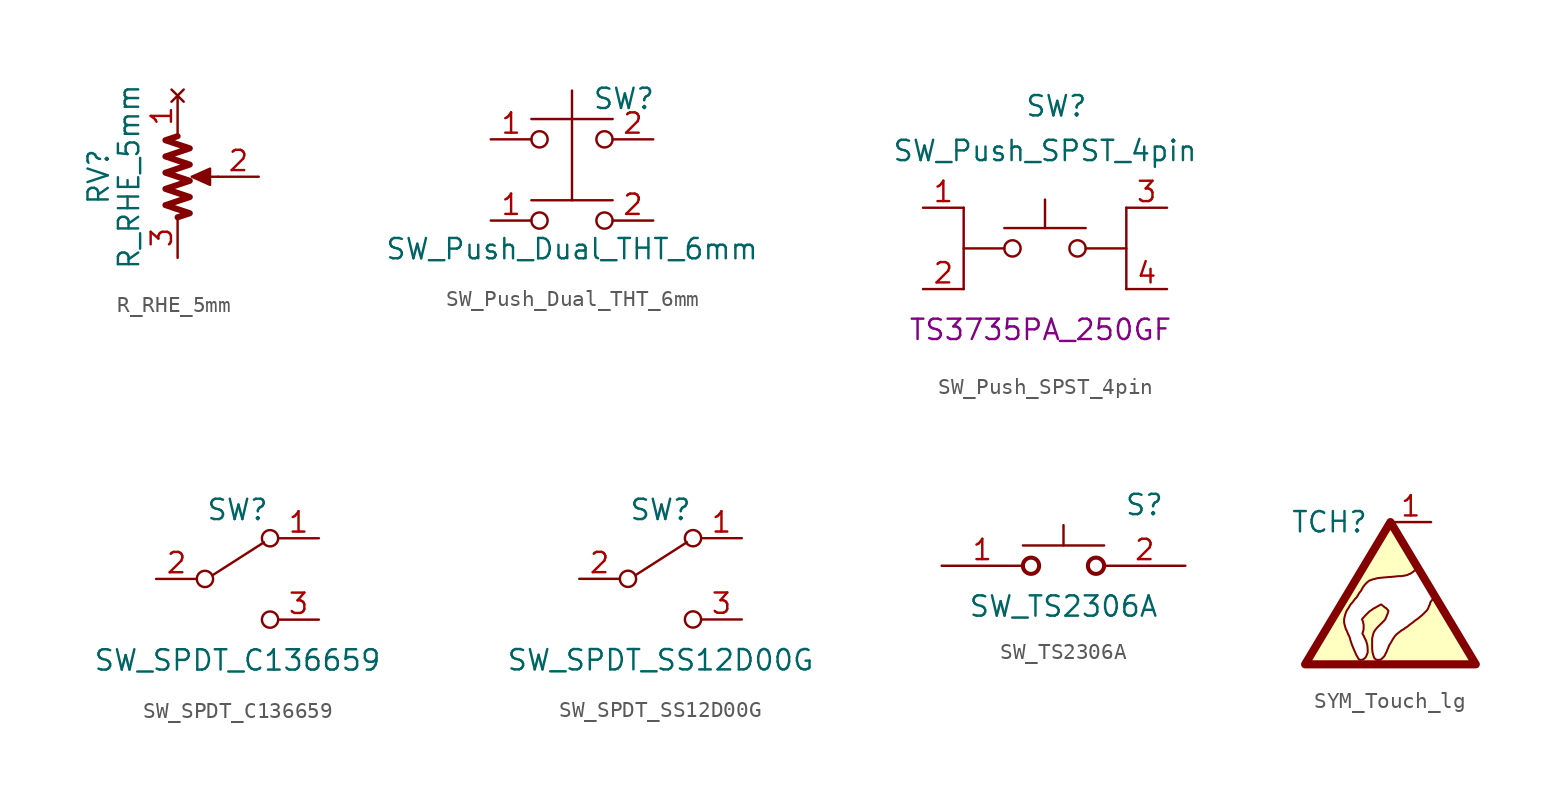
<source format=kicad_sym>
(kicad_symbol_lib
  (version 20211014)
  (generator kicad_symbol_editor)
  (symbol "R_RHE_5mm"
    (pin_names
      (offset 1.016) hide)
    (property "Reference" "RV"
      (at -4.953 0 90)
      (effects (font (size 1.27 1.27))))
    (property "Value" "R_RHE_5mm"
      (at -3.048 0 90)
      (effects (font (size 1.27 1.27))))
    (symbol "R_RHE_5mm_0_1"
      (polyline (pts (xy 2.54 0) (xy 1.27 0)) (stroke (width 0) (type default) (color 0 0 0 0)) (fill (type none)))
      (polyline (pts (xy 0.889 0) (xy 2.032 0.508) (xy 2.032 -0.508) (xy 0.889 0)) (stroke (width 0) (type default) (color 0 0 0 0)) (fill (type outline)))
      (polyline (pts (xy 0 2.54) (xy -0.762 2.286) (xy 0.762 1.778) (xy -0.762 1.27) (xy 0.762 0.762) (xy -0.762 0.254) (xy 0.762 -0.254) (xy -0.762 -0.762) (xy 0.762 -1.27) (xy -0.762 -1.778) (xy 0.762 -2.286) (xy 0 -2.54)) (stroke (width 0.381) (type default) (color 0 0 0 0)) (fill (type none))))
    (symbol "R_RHE_5mm_1_1"
      (pin no_connect line (at 0 5.08 270) (length 2.54) (name "1" (effects (font (size 1.27 1.27)))) (number "1" (effects (font (size 1.27 1.27)))))
      (pin passive line (at 5.08 0 180) (length 2.54) (name "2" (effects (font (size 1.27 1.27)))) (number "2" (effects (font (size 1.27 1.27)))))
      (pin passive line (at 0 -5.08 90) (length 2.54) (name "3" (effects (font (size 1.27 1.27)))) (number "3" (effects (font (size 1.27 1.27)))))))
  (symbol "SW_Push_Dual_THT_6mm"
    (pin_names
      (offset 1.016) hide)
    (property "Reference" "SW"
      (at 1.27 2.54 0)
      (effects (font (size 1.27 1.27)) (justify left)))
    (property "Value" "SW_Push_Dual_THT_6mm"
      (at 0 -6.858 0)
      (effects (font (size 1.27 1.27))))
    (symbol "SW_Push_Dual_THT_6mm_0_1"
      (circle (center -2.032 -5.08) (radius 0.508) (stroke (width 0) (type default) (color 0 0 0 0)) (fill (type none)))
      (circle (center -2.032 0) (radius 0.508) (stroke (width 0) (type default) (color 0 0 0 0)) (fill (type none)))
      (polyline (pts (xy 0 1.27) (xy 0 3.048)) (stroke (width 0) (type default) (color 0 0 0 0)) (fill (type none)))
      (polyline (pts (xy 2.54 -3.81) (xy -2.54 -3.81)) (stroke (width 0) (type default) (color 0 0 0 0)) (fill (type none)))
      (polyline (pts (xy 2.54 1.27) (xy -2.54 1.27)) (stroke (width 0) (type default) (color 0 0 0 0)) (fill (type none)))
      (polyline (pts (xy 0 1.27) (xy 0 -3.81) (xy 0 1.27)) (stroke (width 0) (type default) (color 0 0 0 0)) (fill (type none)))
      (circle (center 2.032 -5.08) (radius 0.508) (stroke (width 0) (type default) (color 0 0 0 0)) (fill (type none)))
      (circle (center 2.032 0) (radius 0.508) (stroke (width 0) (type default) (color 0 0 0 0)) (fill (type none)))
      (pin passive line (at -5.08 -5.08 0) (length 2.54) (name "1" (effects (font (size 1.27 1.27)))) (number "1" (effects (font (size 1.27 1.27)))))
      (pin passive line (at -5.08 0 0) (length 2.54) (name "1" (effects (font (size 1.27 1.27)))) (number "1" (effects (font (size 1.27 1.27)))))
      (pin passive line (at 5.08 -5.08 180) (length 2.54) (name "2" (effects (font (size 1.27 1.27)))) (number "2" (effects (font (size 1.27 1.27)))))
      (pin passive line (at 5.08 0 180) (length 2.54) (name "2" (effects (font (size 1.27 1.27)))) (number "2" (effects (font (size 1.27 1.27)))))))
  (symbol "SW_Push_SPST_4pin"
    (pin_names
      (offset 1.016) hide)
    (property "Reference" "SW"
      (at -1.27 8.89 0)
      (effects (font (size 1.27 1.27)) (justify left)))
    (property "Value" "SW_Push_SPST_4pin"
      (at 0 6.096 0)
      (effects (font (size 1.27 1.27))))
    (property "Model" "TS3735PA_250GF"
      (at -0.279 -5.08 0)
      (effects (font (size 1.27 1.27))))
    (symbol "SW_Push_SPST_4pin_0_1"
      (rectangle (start -2.54 0) (end -5.08 0) (stroke (width 0) (type default) (color 0 0 0 0)) (fill (type none)))
      (circle (center -2.032 0) (radius 0.508) (stroke (width 0) (type default) (color 0 0 0 0)) (fill (type none)))
      (polyline (pts (xy -5.08 2.54) (xy -5.08 -2.54)) (stroke (width 0) (type default) (color 0 0 0 0)) (fill (type none)))
      (polyline (pts (xy 0 1.27) (xy 0 3.048)) (stroke (width 0) (type default) (color 0 0 0 0)) (fill (type none)))
      (polyline (pts (xy 2.54 1.27) (xy -2.54 1.27)) (stroke (width 0) (type default) (color 0 0 0 0)) (fill (type none)))
      (circle (center 2.032 0) (radius 0.508) (stroke (width 0) (type default) (color 0 0 0 0)) (fill (type none)))
      (pin passive line (at 7.62 2.54 180) (length 2.54) (name "3" (effects (font (size 1.27 1.27)))) (number "3" (effects (font (size 1.27 1.27))))))
    (symbol "SW_Push_SPST_4pin_1_1"
      (polyline (pts (xy 5.08 2.54) (xy 5.08 -2.54)) (stroke (width 0) (type default) (color 0 0 0 0)) (fill (type none)))
      (rectangle (start 5.08 0) (end 2.54 0) (stroke (width 0) (type default) (color 0 0 0 0)) (fill (type none)))
      (pin passive line (at -7.62 2.54 0) (length 2.54) (name "1" (effects (font (size 1.27 1.27)))) (number "1" (effects (font (size 1.27 1.27)))))
      (pin passive line (at -7.62 -2.54 0) (length 2.54) (name "2" (effects (font (size 1.27 1.27)))) (number "2" (effects (font (size 1.27 1.27)))))
      (pin passive line (at 7.62 -2.54 180) (length 2.54) (name "4" (effects (font (size 1.27 1.27)))) (number "4" (effects (font (size 1.27 1.27)))))))
  (symbol "SW_SPDT_C136659"
    (pin_names
      (offset 0) hide)
    (property "Reference" "SW"
      (at 0 4.318 0)
      (effects (font (size 1.27 1.27))))
    (property "Value" "SW_SPDT_C136659"
      (at 0 -5.08 0)
      (effects (font (size 1.27 1.27))))
    (symbol "SW_SPDT_C136659_0_0"
      (circle (center -2.032 0) (radius 0.508) (stroke (width 0) (type default) (color 0 0 0 0)) (fill (type none)))
      (circle (center 2.032 -2.54) (radius 0.508) (stroke (width 0) (type default) (color 0 0 0 0)) (fill (type none))))
    (symbol "SW_SPDT_C136659_0_1"
      (polyline (pts (xy -1.524 0.254) (xy 1.651 2.286)) (stroke (width 0) (type default) (color 0 0 0 0)) (fill (type none)))
      (circle (center 2.032 2.54) (radius 0.508) (stroke (width 0) (type default) (color 0 0 0 0)) (fill (type none))))
    (symbol "SW_SPDT_C136659_1_1"
      (pin passive line (at 5.08 2.54 180) (length 2.54) (name "A" (effects (font (size 1.27 1.27)))) (number "1" (effects (font (size 1.27 1.27)))))
      (pin passive line (at -5.08 0 0) (length 2.54) (name "B" (effects (font (size 1.27 1.27)))) (number "2" (effects (font (size 1.27 1.27)))))
      (pin passive line (at 5.08 -2.54 180) (length 2.54) (name "C" (effects (font (size 1.27 1.27)))) (number "3" (effects (font (size 1.27 1.27)))))))
  (symbol "SW_SPDT_SS12D00G"
    (pin_names
      (offset 0) hide)
    (property "Reference" "SW"
      (at 0 4.318 0)
      (effects (font (size 1.27 1.27))))
    (property "Value" "SW_SPDT_SS12D00G"
      (at 0 -5.08 0)
      (effects (font (size 1.27 1.27))))
    (symbol "SW_SPDT_SS12D00G_0_0"
      (circle (center -2.032 0) (radius 0.508) (stroke (width 0) (type default) (color 0 0 0 0)) (fill (type none)))
      (circle (center 2.032 -2.54) (radius 0.508) (stroke (width 0) (type default) (color 0 0 0 0)) (fill (type none))))
    (symbol "SW_SPDT_SS12D00G_0_1"
      (polyline (pts (xy -1.524 0.254) (xy 1.651 2.286)) (stroke (width 0) (type default) (color 0 0 0 0)) (fill (type none)))
      (circle (center 2.032 2.54) (radius 0.508) (stroke (width 0) (type default) (color 0 0 0 0)) (fill (type none))))
    (symbol "SW_SPDT_SS12D00G_1_1"
      (pin passive line (at 5.08 2.54 180) (length 2.54) (name "A" (effects (font (size 1.27 1.27)))) (number "1" (effects (font (size 1.27 1.27)))))
      (pin passive line (at -5.08 0 0) (length 2.54) (name "B" (effects (font (size 1.27 1.27)))) (number "2" (effects (font (size 1.27 1.27)))))
      (pin passive line (at 5.08 -2.54 180) (length 2.54) (name "C" (effects (font (size 1.27 1.27)))) (number "3" (effects (font (size 1.27 1.27)))))))
  (symbol "SW_TS2306A"
    (pin_names
      (offset 0.762))
    (property "Reference" "S"
      (at 11.43 3.81 0)
      (effects (font (size 1.27 1.27)) (justify left)))
    (property "Value" "SW_TS2306A"
      (at 7.62 -2.54 0)
      (effects (font (size 1.27 1.27))))
    (symbol "SW_TS2306A_0_0"
      (pin bidirectional line (at 0 0 0) (length 5.08) (name "~" (effects (font (size 1.27 1.27)))) (number "1" (effects (font (size 1.27 1.27)))))
      (pin bidirectional line (at 15.24 0 180) (length 5.08) (name "~" (effects (font (size 1.27 1.27)))) (number "2" (effects (font (size 1.27 1.27))))))
    (symbol "SW_TS2306A_0_1"
      (polyline (pts (xy 5.08 1.27) (xy 10.16 1.27)) (stroke (width 0.152) (type default) (color 0 0 0 0)) (fill (type none)))
      (polyline (pts (xy 7.62 1.27) (xy 7.62 2.54)) (stroke (width 0.152) (type default) (color 0 0 0 0)) (fill (type none)))
      (circle (center 5.588 0) (radius 0.508) (stroke (width 0.254) (type default) (color 0 0 0 0)) (fill (type none)))
      (circle (center 9.652 0) (radius 0.508) (stroke (width 0.254) (type default) (color 0 0 0 0)) (fill (type none)))))
  (symbol "SYM_Touch_lg"
    (pin_names
      (offset 1.016))
    (property "Reference" "TCH"
      (at -3.81 3.81 0)
      (effects (font (size 1.27 1.27))))
    (symbol "SYM_Touch_lg_0_0"
      (polyline (pts (xy 0.483 -5.131) (xy 5.385 -5.131) (xy 5.385 -5.105) (xy 5.334 -5.055) (xy 5.283 -4.953) (xy 5.207 -4.826) (xy 5.004 -4.47) (xy 4.877 -4.267) (xy 4.75 -4.039) (xy 4.14 -3.023) (xy 3.988 -2.743) (xy 3.531 -1.981) (xy 3.404 -1.753) (xy 3.277 -1.549) (xy 3.15 -1.372) (xy 3.073 -1.194) (xy 2.997 -1.067) (xy 2.921 -0.965) (xy 2.896 -0.889) (xy 2.845 -0.838) (xy 2.819 -0.864) (xy 2.769 -0.889) (xy 2.591 -1.067) (xy 2.489 -1.219) (xy 2.464 -1.346) (xy 2.413 -1.422) (xy 2.362 -1.575) (xy 2.286 -1.702) (xy 1.981 -2.007) (xy 1.854 -2.108) (xy 1.702 -2.235) (xy 1.549 -2.337) (xy 1.397 -2.464) (xy 1.219 -2.591) (xy 1.067 -2.718) (xy 0.914 -2.819) (xy 0.813 -2.896) (xy 0.711 -2.946) (xy 0.61 -3.023) (xy 0.356 -3.226) (xy 0.254 -3.353) (xy 0.152 -3.505) (xy 0.051 -3.683) (xy -0.076 -3.886) (xy -0.229 -4.267) (xy -0.381 -4.572) (xy -0.533 -4.724) (xy -0.61 -4.775) (xy -0.635 -4.801) (xy -0.838 -4.801) (xy -0.914 -4.775) (xy -1.016 -4.674) (xy -1.067 -4.521) (xy -1.118 -4.343) (xy -1.143 -4.115) (xy -1.143 -3.454) (xy -1.092 -3.251) (xy -1.041 -3.073) (xy -0.94 -2.921) (xy -0.838 -2.794) (xy -0.381 -2.337) (xy -0.305 -2.235) (xy -0.203 -1.981) (xy -0.178 -1.93) (xy -0.152 -1.829) (xy -0.127 -1.753) (xy -0.127 -1.727) (xy -0.203 -1.651) (xy -0.254 -1.575) (xy -0.356 -1.524) (xy -0.432 -1.448) (xy -0.508 -1.397) (xy -0.559 -1.346) (xy -0.61 -1.346) (xy -0.66 -1.372) (xy -0.737 -1.422) (xy -0.838 -1.473) (xy -0.965 -1.549) (xy -1.067 -1.6) (xy -1.168 -1.676) (xy -1.321 -1.778) (xy -1.6 -2.057) (xy -1.778 -2.261) (xy -1.727 -2.388) (xy -1.702 -2.438) (xy -1.702 -2.515) (xy -1.676 -2.591) (xy -1.676 -2.87) (xy -1.702 -2.997) (xy -1.727 -3.073) (xy -1.727 -3.099) (xy -1.753 -3.15) (xy -1.702 -3.251) (xy -1.651 -3.327) (xy -1.651 -3.353) (xy -1.524 -3.607) (xy -1.448 -3.861) (xy -1.422 -4.14) (xy -1.422 -4.343) (xy -1.448 -4.42) (xy -1.473 -4.47) (xy -1.499 -4.547) (xy -1.575 -4.674) (xy -1.676 -4.75) (xy -1.778 -4.801) (xy -1.88 -4.801) (xy -1.956 -4.775) (xy -2.007 -4.724) (xy -2.057 -4.623) (xy -2.134 -4.496) (xy -2.21 -4.318) (xy -2.311 -4.089) (xy -2.413 -3.835) (xy -2.515 -3.531) (xy -2.515 -3.505) (xy -2.565 -3.353) (xy -2.642 -3.2) (xy -2.743 -2.946) (xy -2.769 -2.921) (xy -2.845 -2.692) (xy -2.896 -2.464) (xy -2.896 -2.261) (xy -2.845 -2.032) (xy -2.769 -1.803) (xy -2.718 -1.702) (xy -2.616 -1.549) (xy -2.515 -1.372) (xy -2.362 -1.194) (xy -2.21 -0.991) (xy -2.108 -0.889) (xy -1.956 -0.635) (xy -1.88 -0.533) (xy -1.854 -0.508) (xy -1.727 -0.279) (xy -1.6 -0.102) (xy -1.448 0.051) (xy -1.321 0.152) (xy -1.168 0.203) (xy -1.118 0.229) (xy -0.991 0.254) (xy -0.813 0.305) (xy -0.584 0.33) (xy -0.33 0.356) (xy -0.025 0.381) (xy 0.025 0.381) (xy 0.279 0.406) (xy 0.508 0.432) (xy 0.686 0.432) (xy 0.838 0.457) (xy 0.965 0.483) (xy 1.067 0.508) (xy 1.168 0.559) (xy 1.245 0.584) (xy 1.321 0.635) (xy 1.524 0.787) (xy 1.727 0.991) (xy 1.727 1.041) (xy 1.702 1.092) (xy 1.651 1.168) (xy 1.6 1.27) (xy 1.499 1.422) (xy 1.422 1.6) (xy 1.168 2.007) (xy 1.041 2.235) (xy 0.66 2.87) (xy 0.508 3.099) (xy 0.406 3.302) (xy 0.305 3.454) (xy 0.229 3.581) (xy 0.152 3.683) (xy 0.102 3.759) (xy 0.051 3.861) (xy 0.025 3.886) (xy -0.051 3.886) (xy -0.051 3.861) (xy -0.127 3.785) (xy -0.152 3.734) (xy -0.203 3.658) (xy -0.254 3.556) (xy -0.406 3.302) (xy -0.508 3.15) (xy -0.61 2.972) (xy -0.737 2.769) (xy -1.041 2.261) (xy -1.219 1.956) (xy -1.422 1.626) (xy -1.88 0.864) (xy -2.134 0.406) (xy -2.438 -0.076) (xy -2.743 -0.61) (xy -2.921 -0.889) (xy -3.429 -1.753) (xy -3.658 -2.159) (xy -3.886 -2.54) (xy -4.115 -2.896) (xy -4.318 -3.251) (xy -4.521 -3.581) (xy -4.674 -3.886) (xy -4.851 -4.14) (xy -4.978 -4.394) (xy -5.105 -4.597) (xy -5.232 -4.775) (xy -5.359 -5.029) (xy -5.41 -5.105) (xy -5.41 -5.131) (xy -0.711 -5.131) (xy -0.025 -5.156) (xy 0.483 -5.131)) (stroke (width 0.127) (type default) (color 0 0 0 0)) (fill (type background))))
    (symbol "SYM_Touch_lg_0_1"
      (polyline (pts (xy -5.334 -5.08) (xy 5.334 -5.08) (xy 0 3.81) (xy -5.334 -5.08)) (stroke (width 0.508) (type default) (color 0 0 0 0)) (fill (type none))))
    (symbol "SYM_Touch_lg_1_1"
      (pin passive line (at 2.54 3.81 180) (length 2.54) (name "" (effects (font (size 1.27 1.27)))) (number "1" (effects (font (size 1.27 1.27))))))))
</source>
